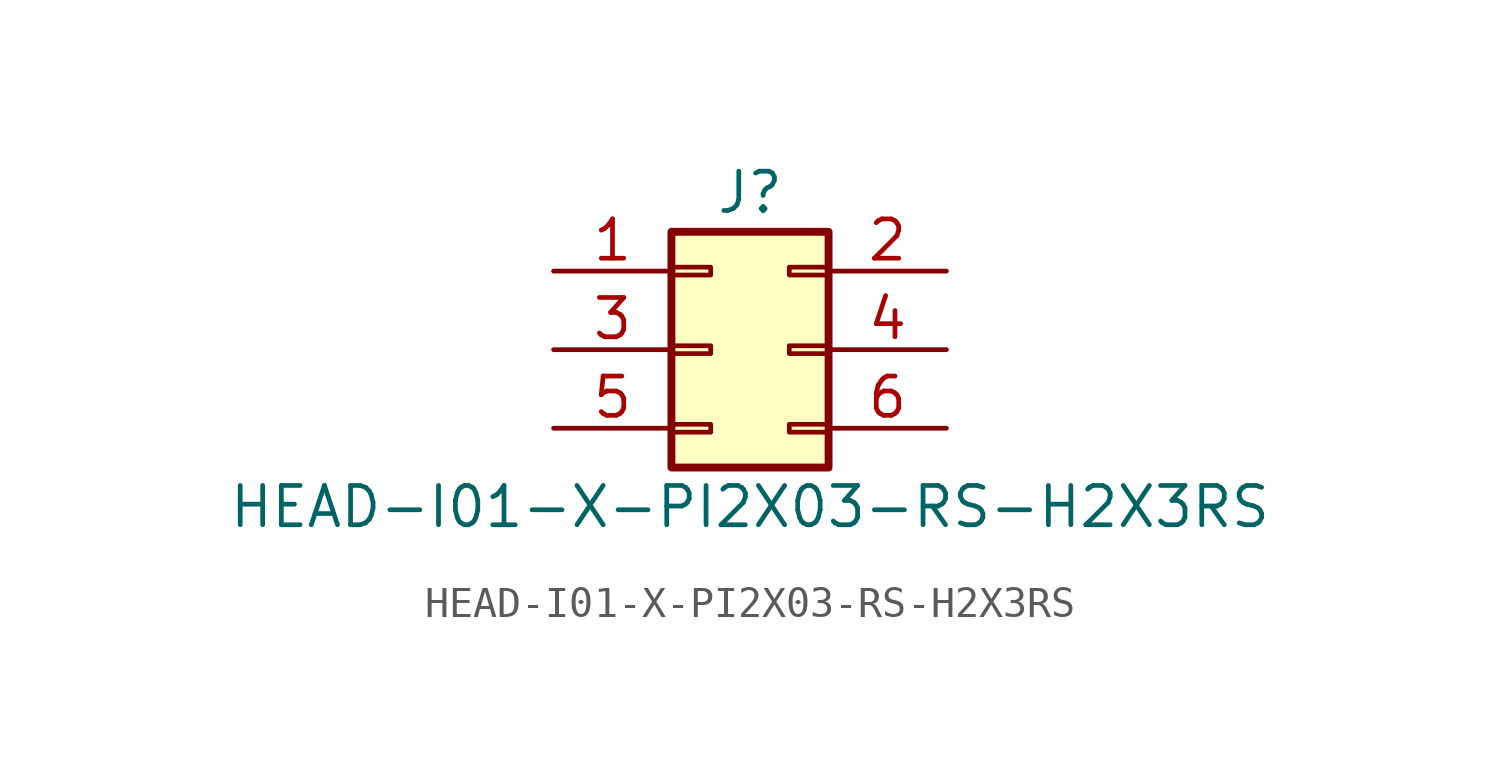
<source format=kicad_sym>
(kicad_symbol_lib
  (version 20211014)
  (generator kicad_symbol_editor)
  (symbol "HEAD-I01-X-PI2X03-RS-H2X3RS"
    (pin_names
      (offset 1.016) hide)
    (property "Reference" "J"
      (at 1.27 5.08 0)
      (effects (font (size 1.27 1.27))))
    (property "Value" "HEAD-I01-X-PI2X03-RS-H2X3RS"
      (at 1.27 -5.08 0)
      (effects (font (size 1.27 1.27))))
    (symbol "HEAD-I01-X-PI2X03-RS-H2X3RS_1_1"
      (rectangle (start -1.27 -2.413) (end 0 -2.667) (stroke (width 0.152) (type default) (color 0 0 0 0)) (fill (type none)))
      (rectangle (start -1.27 0.127) (end 0 -0.127) (stroke (width 0.152) (type default) (color 0 0 0 0)) (fill (type none)))
      (rectangle (start -1.27 2.667) (end 0 2.413) (stroke (width 0.152) (type default) (color 0 0 0 0)) (fill (type none)))
      (rectangle (start -1.27 3.81) (end 3.81 -3.81) (stroke (width 0.254) (type default) (color 0 0 0 0)) (fill (type background)))
      (rectangle (start 3.81 -2.413) (end 2.54 -2.667) (stroke (width 0.152) (type default) (color 0 0 0 0)) (fill (type none)))
      (rectangle (start 3.81 0.127) (end 2.54 -0.127) (stroke (width 0.152) (type default) (color 0 0 0 0)) (fill (type none)))
      (rectangle (start 3.81 2.667) (end 2.54 2.413) (stroke (width 0.152) (type default) (color 0 0 0 0)) (fill (type none)))
      (pin passive line (at -5.08 2.54 0) (length 3.81) (name "Pin_1" (effects (font (size 1.27 1.27)))) (number "1" (effects (font (size 1.27 1.27)))))
      (pin passive line (at 7.62 2.54 180) (length 3.81) (name "Pin_2" (effects (font (size 1.27 1.27)))) (number "2" (effects (font (size 1.27 1.27)))))
      (pin passive line (at -5.08 0 0) (length 3.81) (name "Pin_3" (effects (font (size 1.27 1.27)))) (number "3" (effects (font (size 1.27 1.27)))))
      (pin passive line (at 7.62 0 180) (length 3.81) (name "Pin_4" (effects (font (size 1.27 1.27)))) (number "4" (effects (font (size 1.27 1.27)))))
      (pin passive line (at -5.08 -2.54 0) (length 3.81) (name "Pin_5" (effects (font (size 1.27 1.27)))) (number "5" (effects (font (size 1.27 1.27)))))
      (pin passive line (at 7.62 -2.54 180) (length 3.81) (name "Pin_6" (effects (font (size 1.27 1.27)))) (number "6" (effects (font (size 1.27 1.27))))))))
</source>
